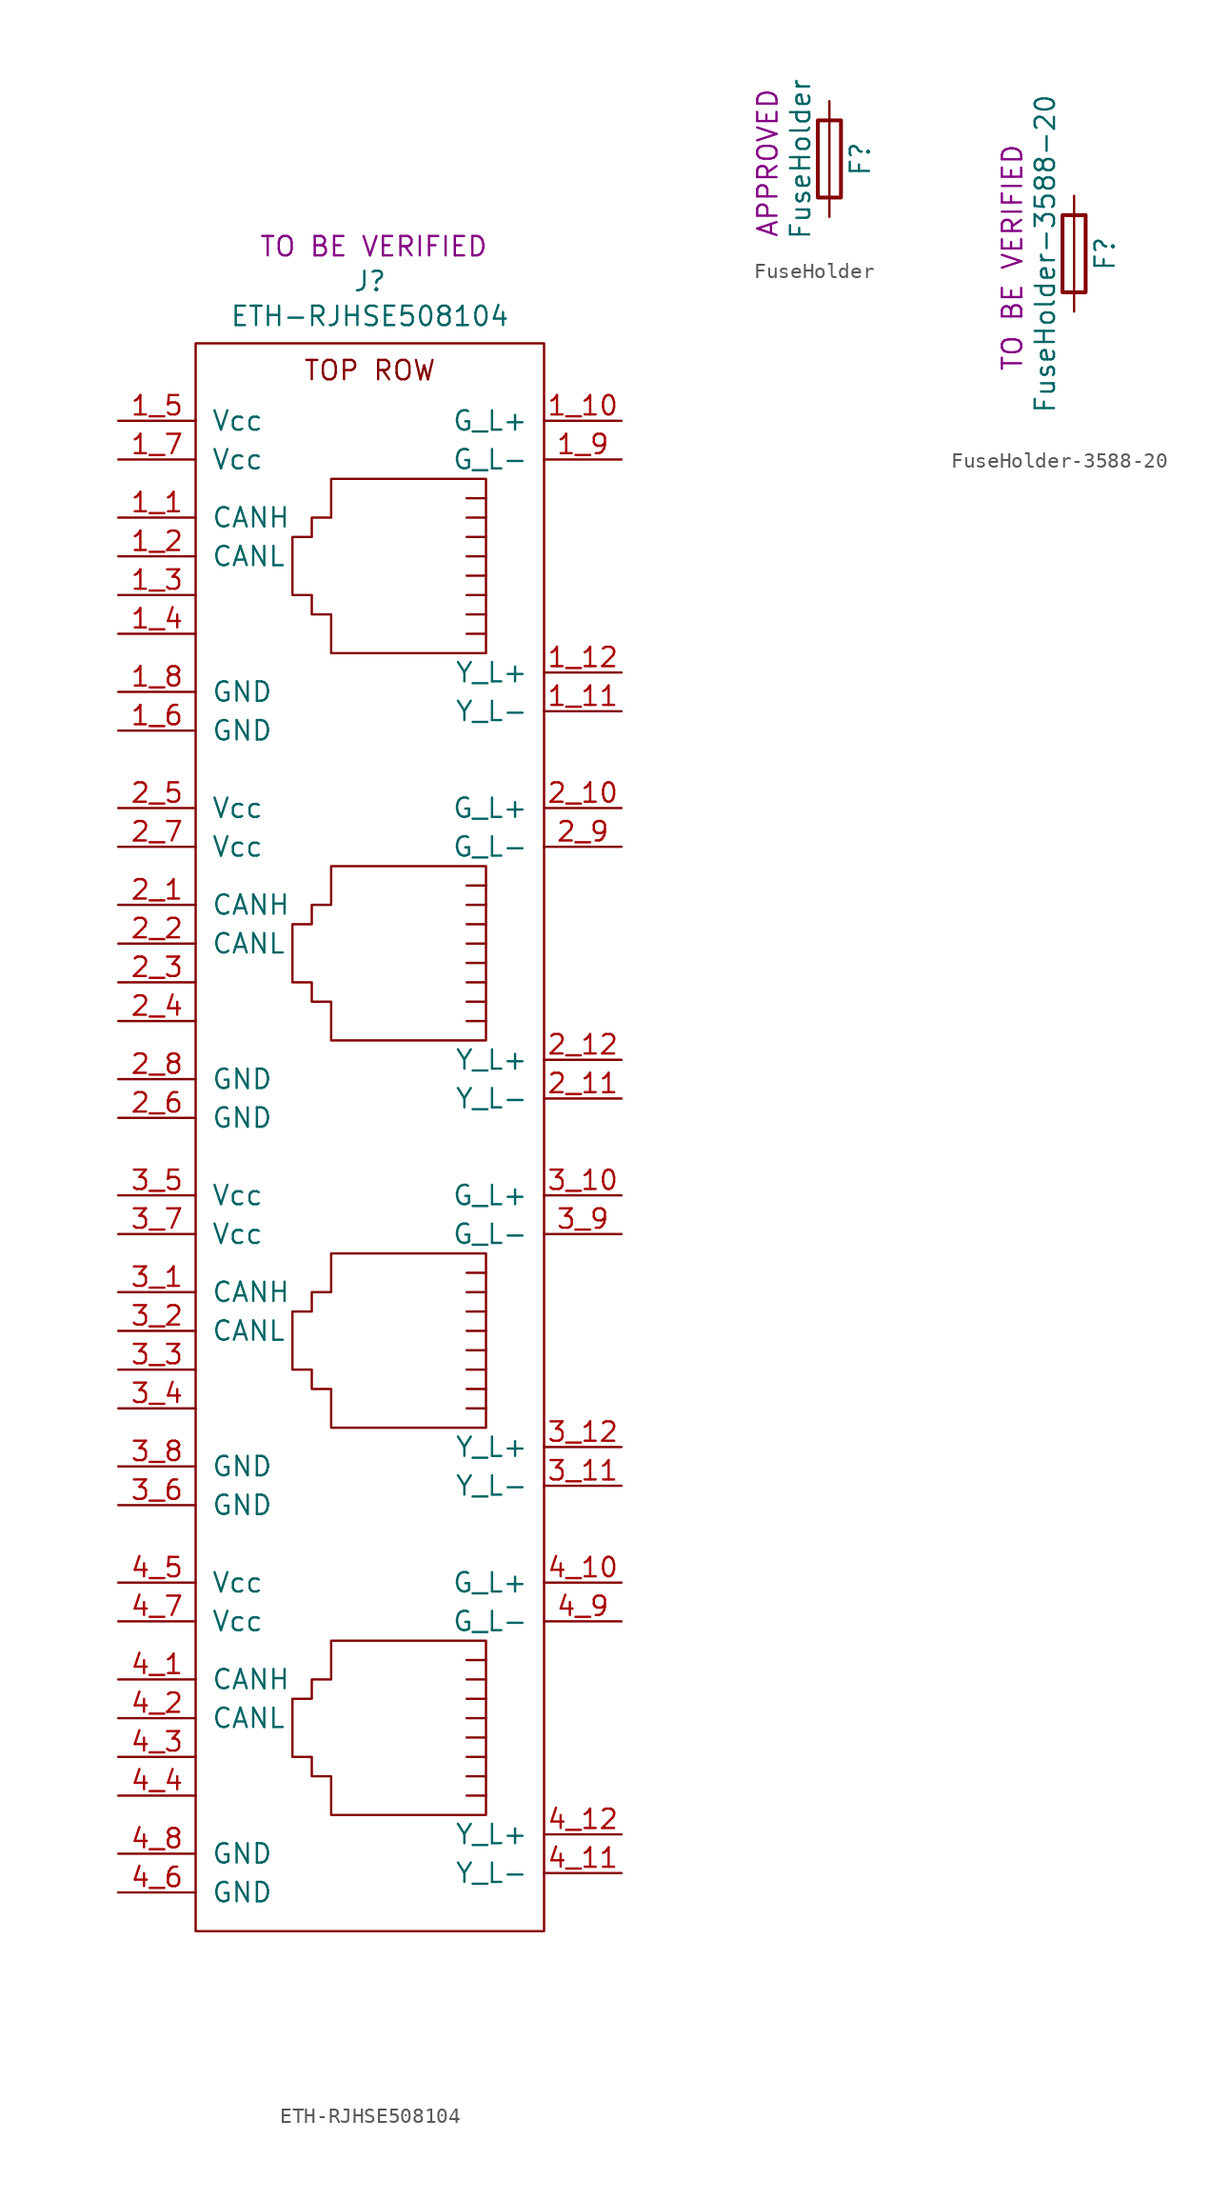
<source format=kicad_sym>
(kicad_symbol_lib
  (version 20231120)
  (generator "kicad_symbol_editor")
  (generator_version "8.0")
  (symbol "ETH-RJHSE508104"
    (pin_names
      (offset 1.016))
    (property "Reference" "J"
      (at 0 11.684 0)
      (effects (font (size 1.27 1.27))))
    (property "Value" "ETH-RJHSE508104"
      (at 0 9.398 0)
      (effects (font (size 1.27 1.27))))
    (property "STATUS" "TO BE VERIFIED"
      (at 0.254 13.97 0)
      (effects (font (size 1.27 1.27))))
    (symbol "ETH-RJHSE508104_0_1"
      (polyline (pts (xy 6.35 -80.01) (xy 7.62 -80.01)) (stroke (width 0) (type default)) (fill (type none)))
      (polyline (pts (xy 6.35 -78.74) (xy 7.62 -78.74)) (stroke (width 0) (type default)) (fill (type none)))
      (polyline (pts (xy 6.35 -54.61) (xy 7.62 -54.61)) (stroke (width 0) (type default)) (fill (type none)))
      (polyline (pts (xy 6.35 -53.34) (xy 7.62 -53.34)) (stroke (width 0) (type default)) (fill (type none)))
      (polyline (pts (xy 6.35 -29.21) (xy 7.62 -29.21)) (stroke (width 0) (type default)) (fill (type none)))
      (polyline (pts (xy 6.35 -27.94) (xy 7.62 -27.94)) (stroke (width 0) (type default)) (fill (type none)))
      (polyline (pts (xy 6.35 -3.81) (xy 7.62 -3.81)) (stroke (width 0) (type default)) (fill (type none)))
      (polyline (pts (xy 6.35 -2.54) (xy 7.62 -2.54)) (stroke (width 0) (type default)) (fill (type none)))
      (polyline (pts (xy 6.35 -81.28) (xy 7.62 -81.28) (xy 7.62 -81.28)) (stroke (width 0) (type default)) (fill (type none)))
      (polyline (pts (xy 6.35 -55.88) (xy 7.62 -55.88) (xy 7.62 -55.88)) (stroke (width 0) (type default)) (fill (type none)))
      (polyline (pts (xy 6.35 -30.48) (xy 7.62 -30.48) (xy 7.62 -30.48)) (stroke (width 0) (type default)) (fill (type none)))
      (polyline (pts (xy 6.35 -5.08) (xy 7.62 -5.08) (xy 7.62 -5.08)) (stroke (width 0) (type default)) (fill (type none)))
      (polyline (pts (xy 7.62 -87.63) (xy 6.35 -87.63) (xy 6.35 -87.63)) (stroke (width 0) (type default)) (fill (type none)))
      (polyline (pts (xy 7.62 -86.36) (xy 6.35 -86.36) (xy 6.35 -86.36)) (stroke (width 0) (type default)) (fill (type none)))
      (polyline (pts (xy 7.62 -85.09) (xy 6.35 -85.09) (xy 6.35 -85.09)) (stroke (width 0) (type default)) (fill (type none)))
      (polyline (pts (xy 7.62 -83.82) (xy 6.35 -83.82) (xy 6.35 -83.82)) (stroke (width 0) (type default)) (fill (type none)))
      (polyline (pts (xy 7.62 -82.55) (xy 6.35 -82.55) (xy 6.35 -82.55)) (stroke (width 0) (type default)) (fill (type none)))
      (polyline (pts (xy 7.62 -62.23) (xy 6.35 -62.23) (xy 6.35 -62.23)) (stroke (width 0) (type default)) (fill (type none)))
      (polyline (pts (xy 7.62 -60.96) (xy 6.35 -60.96) (xy 6.35 -60.96)) (stroke (width 0) (type default)) (fill (type none)))
      (polyline (pts (xy 7.62 -59.69) (xy 6.35 -59.69) (xy 6.35 -59.69)) (stroke (width 0) (type default)) (fill (type none)))
      (polyline (pts (xy 7.62 -58.42) (xy 6.35 -58.42) (xy 6.35 -58.42)) (stroke (width 0) (type default)) (fill (type none)))
      (polyline (pts (xy 7.62 -57.15) (xy 6.35 -57.15) (xy 6.35 -57.15)) (stroke (width 0) (type default)) (fill (type none)))
      (polyline (pts (xy 7.62 -36.83) (xy 6.35 -36.83) (xy 6.35 -36.83)) (stroke (width 0) (type default)) (fill (type none)))
      (polyline (pts (xy 7.62 -35.56) (xy 6.35 -35.56) (xy 6.35 -35.56)) (stroke (width 0) (type default)) (fill (type none)))
      (polyline (pts (xy 7.62 -34.29) (xy 6.35 -34.29) (xy 6.35 -34.29)) (stroke (width 0) (type default)) (fill (type none)))
      (polyline (pts (xy 7.62 -33.02) (xy 6.35 -33.02) (xy 6.35 -33.02)) (stroke (width 0) (type default)) (fill (type none)))
      (polyline (pts (xy 7.62 -31.75) (xy 6.35 -31.75) (xy 6.35 -31.75)) (stroke (width 0) (type default)) (fill (type none)))
      (polyline (pts (xy 7.62 -11.43) (xy 6.35 -11.43) (xy 6.35 -11.43)) (stroke (width 0) (type default)) (fill (type none)))
      (polyline (pts (xy 7.62 -10.16) (xy 6.35 -10.16) (xy 6.35 -10.16)) (stroke (width 0) (type default)) (fill (type none)))
      (polyline (pts (xy 7.62 -8.89) (xy 6.35 -8.89) (xy 6.35 -8.89)) (stroke (width 0) (type default)) (fill (type none)))
      (polyline (pts (xy 7.62 -7.62) (xy 6.35 -7.62) (xy 6.35 -7.62)) (stroke (width 0) (type default)) (fill (type none)))
      (polyline (pts (xy 7.62 -6.35) (xy 6.35 -6.35) (xy 6.35 -6.35)) (stroke (width 0) (type default)) (fill (type none)))
      (polyline (pts (xy 7.62 -88.9) (xy 7.62 -77.47) (xy -2.54 -77.47) (xy -2.54 -80.01) (xy -3.81 -80.01) (xy -3.81 -81.28) (xy -5.08 -81.28) (xy -5.08 -85.09) (xy -3.81 -85.09) (xy -3.81 -86.36) (xy -2.54 -86.36) (xy -2.54 -88.9) (xy 7.62 -88.9) (xy 7.62 -88.9)) (stroke (width 0) (type default)) (fill (type none)))
      (polyline (pts (xy 7.62 -63.5) (xy 7.62 -52.07) (xy -2.54 -52.07) (xy -2.54 -54.61) (xy -3.81 -54.61) (xy -3.81 -55.88) (xy -5.08 -55.88) (xy -5.08 -59.69) (xy -3.81 -59.69) (xy -3.81 -60.96) (xy -2.54 -60.96) (xy -2.54 -63.5) (xy 7.62 -63.5) (xy 7.62 -63.5)) (stroke (width 0) (type default)) (fill (type none)))
      (polyline (pts (xy 7.62 -38.1) (xy 7.62 -26.67) (xy -2.54 -26.67) (xy -2.54 -29.21) (xy -3.81 -29.21) (xy -3.81 -30.48) (xy -5.08 -30.48) (xy -5.08 -34.29) (xy -3.81 -34.29) (xy -3.81 -35.56) (xy -2.54 -35.56) (xy -2.54 -38.1) (xy 7.62 -38.1) (xy 7.62 -38.1)) (stroke (width 0) (type default)) (fill (type none)))
      (polyline (pts (xy 7.62 -12.7) (xy 7.62 -1.27) (xy -2.54 -1.27) (xy -2.54 -3.81) (xy -3.81 -3.81) (xy -3.81 -5.08) (xy -5.08 -5.08) (xy -5.08 -8.89) (xy -3.81 -8.89) (xy -3.81 -10.16) (xy -2.54 -10.16) (xy -2.54 -12.7) (xy 7.62 -12.7) (xy 7.62 -12.7)) (stroke (width 0) (type default)) (fill (type none))))
    (symbol "ETH-RJHSE508104_1_1"
      (rectangle (start -11.43 7.62) (end 11.43 -96.52) (stroke (width 0) (type default)) (fill (type none)))
      (text "TOP ROW" (at 0 5.842 0) (effects (font (size 1.27 1.27))))
      (pin passive line (at -16.51 -3.81 0) (length 5.08) (name "CANH" (effects (font (size 1.27 1.27)))) (number "1_1" (effects (font (size 1.27 1.27)))))
      (pin passive line (at 16.51 2.54 180) (length 5.08) (name "G_L+" (effects (font (size 1.27 1.27)))) (number "1_10" (effects (font (size 1.27 1.27)))))
      (pin passive line (at 16.51 -16.51 180) (length 5.08) (name "Y_L-" (effects (font (size 1.27 1.27)))) (number "1_11" (effects (font (size 1.27 1.27)))))
      (pin passive line (at 16.51 -13.97 180) (length 5.08) (name "Y_L+" (effects (font (size 1.27 1.27)))) (number "1_12" (effects (font (size 1.27 1.27)))))
      (pin passive line (at -16.51 -6.35 0) (length 5.08) (name "CANL" (effects (font (size 1.27 1.27)))) (number "1_2" (effects (font (size 1.27 1.27)))))
      (pin passive line (at -16.51 -8.89 0) (length 5.08) (name "~" (effects (font (size 1.27 1.27)))) (number "1_3" (effects (font (size 1.27 1.27)))))
      (pin passive line (at -16.51 -11.43 0) (length 5.08) (name "~" (effects (font (size 1.27 1.27)))) (number "1_4" (effects (font (size 1.27 1.27)))))
      (pin passive line (at -16.51 2.54 0) (length 5.08) (name "Vcc" (effects (font (size 1.27 1.27)))) (number "1_5" (effects (font (size 1.27 1.27)))))
      (pin passive line (at -16.51 -17.78 0) (length 5.08) (name "GND" (effects (font (size 1.27 1.27)))) (number "1_6" (effects (font (size 1.27 1.27)))))
      (pin passive line (at -16.51 0 0) (length 5.08) (name "Vcc" (effects (font (size 1.27 1.27)))) (number "1_7" (effects (font (size 1.27 1.27)))))
      (pin passive line (at -16.51 -15.24 0) (length 5.08) (name "GND" (effects (font (size 1.27 1.27)))) (number "1_8" (effects (font (size 1.27 1.27)))))
      (pin passive line (at 16.51 0 180) (length 5.08) (name "G_L-" (effects (font (size 1.27 1.27)))) (number "1_9" (effects (font (size 1.27 1.27)))))
      (pin passive line (at -16.51 -29.21 0) (length 5.08) (name "CANH" (effects (font (size 1.27 1.27)))) (number "2_1" (effects (font (size 1.27 1.27)))))
      (pin passive line (at 16.51 -22.86 180) (length 5.08) (name "G_L+" (effects (font (size 1.27 1.27)))) (number "2_10" (effects (font (size 1.27 1.27)))))
      (pin passive line (at 16.51 -41.91 180) (length 5.08) (name "Y_L-" (effects (font (size 1.27 1.27)))) (number "2_11" (effects (font (size 1.27 1.27)))))
      (pin passive line (at 16.51 -39.37 180) (length 5.08) (name "Y_L+" (effects (font (size 1.27 1.27)))) (number "2_12" (effects (font (size 1.27 1.27)))))
      (pin passive line (at -16.51 -31.75 0) (length 5.08) (name "CANL" (effects (font (size 1.27 1.27)))) (number "2_2" (effects (font (size 1.27 1.27)))))
      (pin passive line (at -16.51 -34.29 0) (length 5.08) (name "~" (effects (font (size 1.27 1.27)))) (number "2_3" (effects (font (size 1.27 1.27)))))
      (pin passive line (at -16.51 -36.83 0) (length 5.08) (name "~" (effects (font (size 1.27 1.27)))) (number "2_4" (effects (font (size 1.27 1.27)))))
      (pin passive line (at -16.51 -22.86 0) (length 5.08) (name "Vcc" (effects (font (size 1.27 1.27)))) (number "2_5" (effects (font (size 1.27 1.27)))))
      (pin passive line (at -16.51 -43.18 0) (length 5.08) (name "GND" (effects (font (size 1.27 1.27)))) (number "2_6" (effects (font (size 1.27 1.27)))))
      (pin passive line (at -16.51 -25.4 0) (length 5.08) (name "Vcc" (effects (font (size 1.27 1.27)))) (number "2_7" (effects (font (size 1.27 1.27)))))
      (pin passive line (at -16.51 -40.64 0) (length 5.08) (name "GND" (effects (font (size 1.27 1.27)))) (number "2_8" (effects (font (size 1.27 1.27)))))
      (pin passive line (at 16.51 -25.4 180) (length 5.08) (name "G_L-" (effects (font (size 1.27 1.27)))) (number "2_9" (effects (font (size 1.27 1.27)))))
      (pin passive line (at -16.51 -54.61 0) (length 5.08) (name "CANH" (effects (font (size 1.27 1.27)))) (number "3_1" (effects (font (size 1.27 1.27)))))
      (pin passive line (at 16.51 -48.26 180) (length 5.08) (name "G_L+" (effects (font (size 1.27 1.27)))) (number "3_10" (effects (font (size 1.27 1.27)))))
      (pin passive line (at 16.51 -67.31 180) (length 5.08) (name "Y_L-" (effects (font (size 1.27 1.27)))) (number "3_11" (effects (font (size 1.27 1.27)))))
      (pin passive line (at 16.51 -64.77 180) (length 5.08) (name "Y_L+" (effects (font (size 1.27 1.27)))) (number "3_12" (effects (font (size 1.27 1.27)))))
      (pin passive line (at -16.51 -57.15 0) (length 5.08) (name "CANL" (effects (font (size 1.27 1.27)))) (number "3_2" (effects (font (size 1.27 1.27)))))
      (pin passive line (at -16.51 -59.69 0) (length 5.08) (name "~" (effects (font (size 1.27 1.27)))) (number "3_3" (effects (font (size 1.27 1.27)))))
      (pin passive line (at -16.51 -62.23 0) (length 5.08) (name "~" (effects (font (size 1.27 1.27)))) (number "3_4" (effects (font (size 1.27 1.27)))))
      (pin passive line (at -16.51 -48.26 0) (length 5.08) (name "Vcc" (effects (font (size 1.27 1.27)))) (number "3_5" (effects (font (size 1.27 1.27)))))
      (pin passive line (at -16.51 -68.58 0) (length 5.08) (name "GND" (effects (font (size 1.27 1.27)))) (number "3_6" (effects (font (size 1.27 1.27)))))
      (pin passive line (at -16.51 -50.8 0) (length 5.08) (name "Vcc" (effects (font (size 1.27 1.27)))) (number "3_7" (effects (font (size 1.27 1.27)))))
      (pin passive line (at -16.51 -66.04 0) (length 5.08) (name "GND" (effects (font (size 1.27 1.27)))) (number "3_8" (effects (font (size 1.27 1.27)))))
      (pin passive line (at 16.51 -50.8 180) (length 5.08) (name "G_L-" (effects (font (size 1.27 1.27)))) (number "3_9" (effects (font (size 1.27 1.27)))))
      (pin passive line (at -16.51 -80.01 0) (length 5.08) (name "CANH" (effects (font (size 1.27 1.27)))) (number "4_1" (effects (font (size 1.27 1.27)))))
      (pin passive line (at 16.51 -73.66 180) (length 5.08) (name "G_L+" (effects (font (size 1.27 1.27)))) (number "4_10" (effects (font (size 1.27 1.27)))))
      (pin passive line (at 16.51 -92.71 180) (length 5.08) (name "Y_L-" (effects (font (size 1.27 1.27)))) (number "4_11" (effects (font (size 1.27 1.27)))))
      (pin passive line (at 16.51 -90.17 180) (length 5.08) (name "Y_L+" (effects (font (size 1.27 1.27)))) (number "4_12" (effects (font (size 1.27 1.27)))))
      (pin passive line (at -16.51 -82.55 0) (length 5.08) (name "CANL" (effects (font (size 1.27 1.27)))) (number "4_2" (effects (font (size 1.27 1.27)))))
      (pin passive line (at -16.51 -85.09 0) (length 5.08) (name "~" (effects (font (size 1.27 1.27)))) (number "4_3" (effects (font (size 1.27 1.27)))))
      (pin passive line (at -16.51 -87.63 0) (length 5.08) (name "~" (effects (font (size 1.27 1.27)))) (number "4_4" (effects (font (size 1.27 1.27)))))
      (pin passive line (at -16.51 -73.66 0) (length 5.08) (name "Vcc" (effects (font (size 1.27 1.27)))) (number "4_5" (effects (font (size 1.27 1.27)))))
      (pin passive line (at -16.51 -93.98 0) (length 5.08) (name "GND" (effects (font (size 1.27 1.27)))) (number "4_6" (effects (font (size 1.27 1.27)))))
      (pin passive line (at -16.51 -76.2 0) (length 5.08) (name "Vcc" (effects (font (size 1.27 1.27)))) (number "4_7" (effects (font (size 1.27 1.27)))))
      (pin passive line (at -16.51 -91.44 0) (length 5.08) (name "GND" (effects (font (size 1.27 1.27)))) (number "4_8" (effects (font (size 1.27 1.27)))))
      (pin passive line (at 16.51 -76.2 180) (length 5.08) (name "G_L-" (effects (font (size 1.27 1.27)))) (number "4_9" (effects (font (size 1.27 1.27)))))))
  (symbol "FuseHolder"
    (pin_numbers hide)
    (pin_names
      (offset 0))
    (property "Reference" "F"
      (at 2.032 0 90)
      (effects (font (size 1.27 1.27))))
    (property "Value" "FuseHolder"
      (at -1.905 0 90)
      (effects (font (size 1.27 1.27))))
    (property "STATUS" "APPROVED"
      (at -4.064 -0.254 90)
      (effects (font (size 1.27 1.27))))
    (symbol "FuseHolder_0_1"
      (rectangle (start -0.762 2.54) (end 0.762 -2.54) (stroke (width 0.254) (type default)) (fill (type none)))
      (polyline (pts (xy 0 2.54) (xy 0 -2.54)) (stroke (width 0) (type default)) (fill (type none))))
    (symbol "FuseHolder_1_1"
      (pin power_out line (at 0 3.81 270) (length 1.27) (name "~" (effects (font (size 1.27 1.27)))) (number "1" (effects (font (size 1.27 1.27)))))
      (pin power_in line (at 0 -3.81 90) (length 1.27) (name "~" (effects (font (size 1.27 1.27)))) (number "2" (effects (font (size 1.27 1.27)))))))
  (symbol "FuseHolder-3588-20"
    (pin_numbers hide)
    (pin_names
      (offset 0))
    (property "Reference" "F"
      (at 2.032 0 90)
      (effects (font (size 1.27 1.27))))
    (property "Value" "FuseHolder-3588-20"
      (at -1.905 0 90)
      (effects (font (size 1.27 1.27))))
    (property "STATUS" "TO BE VERIFIED"
      (at -4.064 -0.254 90)
      (effects (font (size 1.27 1.27))))
    (symbol "FuseHolder-3588-20_0_1"
      (rectangle (start -0.762 2.54) (end 0.762 -2.54) (stroke (width 0.254) (type default)) (fill (type none)))
      (polyline (pts (xy 0 2.54) (xy 0 -2.54)) (stroke (width 0) (type default)) (fill (type none))))
    (symbol "FuseHolder-3588-20_1_1"
      (pin power_out line (at 0 3.81 270) (length 1.27) (name "~" (effects (font (size 1.27 1.27)))) (number "1" (effects (font (size 1.27 1.27)))))
      (pin power_in line (at 0 -3.81 90) (length 1.27) (name "~" (effects (font (size 1.27 1.27)))) (number "2" (effects (font (size 1.27 1.27))))))))
</source>
